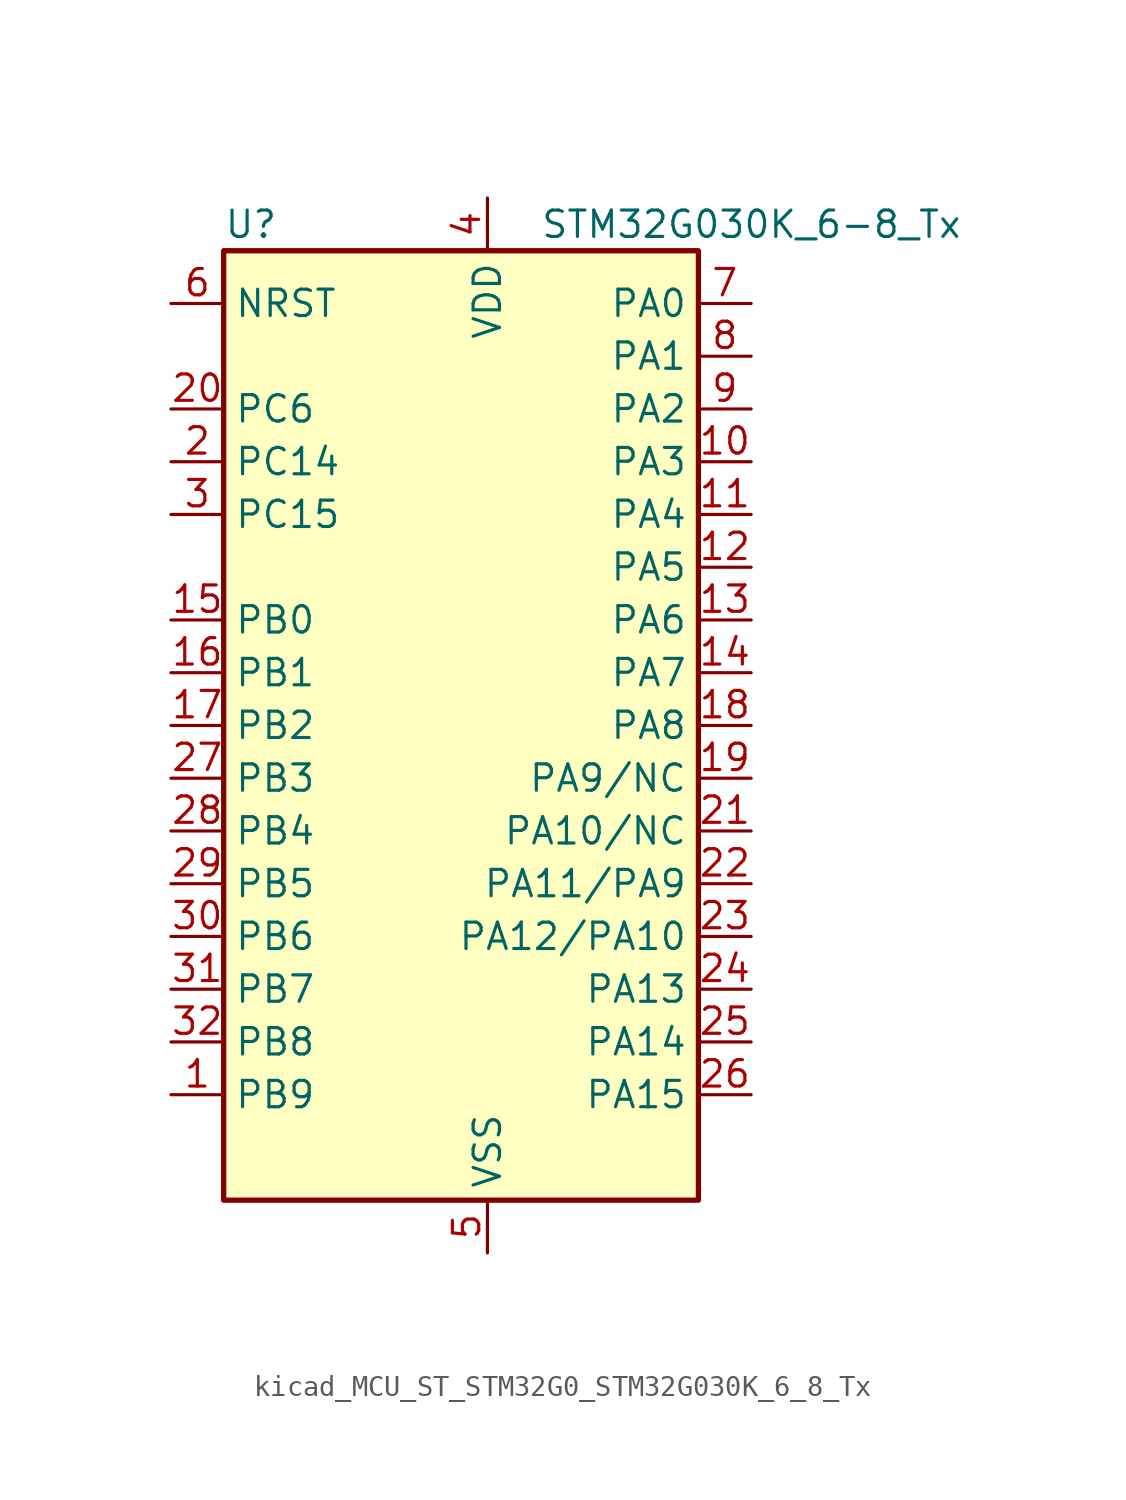
<source format=kicad_sym>
(kicad_symbol_lib
  (version 20220914)
  (generator kicad_symbol_editor)
  (symbol "kicad_MCU_ST_STM32G0_STM32G030K_6_8_Tx"
    (property "Reference" "U"
      (at -10.16 24.13 0)
      (effects (font (size 1.27 1.27)) (justify left)))
    (property "Value" "STM32G030K_6-8_Tx"
      (at 5.08 24.13 0)
      (effects (font (size 1.27 1.27)) (justify left)))
    (property "ki_locked" ""
      (at 0 0 0)
      (effects (font (size 1.27 1.27))))
    (symbol "kicad_MCU_ST_STM32G0_STM32G030K_6_8_Tx_0_1"
      (rectangle (start -10.16 -22.86) (end 12.7 22.86) (stroke (width 0.254) (type default)) (fill (type background))))
    (symbol "kicad_MCU_ST_STM32G0_STM32G030K_6_8_Tx_1_1"
      (pin bidirectional line (at -12.7 -17.78 0) (length 2.54) (name "PB9" (effects (font (size 1.27 1.27)))) (number "1" (effects (font (size 1.27 1.27)))) (alternate "I2C1_SDA" bidirectional line) (alternate "IR_OUT" bidirectional line) (alternate "SPI2_NSS" bidirectional line) (alternate "TIM17_CH1" bidirectional line))
      (pin bidirectional line (at 15.24 12.7 180) (length 2.54) (name "PA3" (effects (font (size 1.27 1.27)))) (number "10" (effects (font (size 1.27 1.27)))) (alternate "ADC1_IN3" bidirectional line) (alternate "SPI2_MISO" bidirectional line) (alternate "USART2_RX" bidirectional line))
      (pin bidirectional line (at 15.24 10.16 180) (length 2.54) (name "PA4" (effects (font (size 1.27 1.27)))) (number "11" (effects (font (size 1.27 1.27)))) (alternate "ADC1_IN4" bidirectional line) (alternate "I2S1_WS" bidirectional line) (alternate "RTC_OUT_ALARM" bidirectional line) (alternate "RTC_OUT_CALIB" bidirectional line) (alternate "RTC_TAMP_IN1" bidirectional line) (alternate "RTC_TS" bidirectional line) (alternate "SPI1_NSS" bidirectional line) (alternate "SPI2_MOSI" bidirectional line) (alternate "SYS_WKUP2" bidirectional line) (alternate "TIM14_CH1" bidirectional line))
      (pin bidirectional line (at 15.24 7.62 180) (length 2.54) (name "PA5" (effects (font (size 1.27 1.27)))) (number "12" (effects (font (size 1.27 1.27)))) (alternate "ADC1_IN5" bidirectional line) (alternate "I2S1_CK" bidirectional line) (alternate "SPI1_SCK" bidirectional line))
      (pin bidirectional line (at 15.24 5.08 180) (length 2.54) (name "PA6" (effects (font (size 1.27 1.27)))) (number "13" (effects (font (size 1.27 1.27)))) (alternate "ADC1_IN6" bidirectional line) (alternate "I2S1_MCK" bidirectional line) (alternate "SPI1_MISO" bidirectional line) (alternate "TIM16_CH1" bidirectional line) (alternate "TIM1_BK" bidirectional line) (alternate "TIM3_CH1" bidirectional line))
      (pin bidirectional line (at 15.24 2.54 180) (length 2.54) (name "PA7" (effects (font (size 1.27 1.27)))) (number "14" (effects (font (size 1.27 1.27)))) (alternate "ADC1_IN7" bidirectional line) (alternate "I2S1_SD" bidirectional line) (alternate "SPI1_MOSI" bidirectional line) (alternate "TIM14_CH1" bidirectional line) (alternate "TIM17_CH1" bidirectional line) (alternate "TIM1_CH1N" bidirectional line) (alternate "TIM3_CH2" bidirectional line))
      (pin bidirectional line (at -12.7 5.08 0) (length 2.54) (name "PB0" (effects (font (size 1.27 1.27)))) (number "15" (effects (font (size 1.27 1.27)))) (alternate "ADC1_IN8" bidirectional line) (alternate "I2S1_WS" bidirectional line) (alternate "SPI1_NSS" bidirectional line) (alternate "TIM1_CH2N" bidirectional line) (alternate "TIM3_CH3" bidirectional line))
      (pin bidirectional line (at -12.7 2.54 0) (length 2.54) (name "PB1" (effects (font (size 1.27 1.27)))) (number "16" (effects (font (size 1.27 1.27)))) (alternate "ADC1_IN9" bidirectional line) (alternate "TIM14_CH1" bidirectional line) (alternate "TIM1_CH3N" bidirectional line) (alternate "TIM3_CH4" bidirectional line))
      (pin bidirectional line (at -12.7 0 0) (length 2.54) (name "PB2" (effects (font (size 1.27 1.27)))) (number "17" (effects (font (size 1.27 1.27)))) (alternate "ADC1_IN10" bidirectional line) (alternate "SPI2_MISO" bidirectional line))
      (pin bidirectional line (at 15.24 0 180) (length 2.54) (name "PA8" (effects (font (size 1.27 1.27)))) (number "18" (effects (font (size 1.27 1.27)))) (alternate "RCC_MCO" bidirectional line) (alternate "SPI2_NSS" bidirectional line) (alternate "TIM1_CH1" bidirectional line))
      (pin bidirectional line (at 15.24 -2.54 180) (length 2.54) (name "PA9/NC" (effects (font (size 1.27 1.27)))) (number "19" (effects (font (size 1.27 1.27)))) (alternate "I2C1_SCL" bidirectional line) (alternate "RCC_MCO" bidirectional line) (alternate "SPI2_MISO" bidirectional line) (alternate "TIM1_CH2" bidirectional line) (alternate "USART1_TX" bidirectional line))
      (pin bidirectional line (at -12.7 12.7 0) (length 2.54) (name "PC14" (effects (font (size 1.27 1.27)))) (number "2" (effects (font (size 1.27 1.27)))) (alternate "RCC_OSC32_IN" bidirectional line) (alternate "RCC_OSC_IN" bidirectional line) (alternate "TIM1_BK2" bidirectional line))
      (pin bidirectional line (at -12.7 15.24 0) (length 2.54) (name "PC6" (effects (font (size 1.27 1.27)))) (number "20" (effects (font (size 1.27 1.27)))) (alternate "TIM3_CH1" bidirectional line))
      (pin bidirectional line (at 15.24 -5.08 180) (length 2.54) (name "PA10/NC" (effects (font (size 1.27 1.27)))) (number "21" (effects (font (size 1.27 1.27)))) (alternate "I2C1_SDA" bidirectional line) (alternate "SPI2_MOSI" bidirectional line) (alternate "TIM17_BK" bidirectional line) (alternate "TIM1_CH3" bidirectional line) (alternate "USART1_RX" bidirectional line))
      (pin bidirectional line (at 15.24 -7.62 180) (length 2.54) (name "PA11/PA9" (effects (font (size 1.27 1.27)))) (number "22" (effects (font (size 1.27 1.27)))) (alternate "ADC1_EXTI11" bidirectional line) (alternate "ADC1_IN15" bidirectional line) (alternate "I2C2_SCL" bidirectional line) (alternate "I2S1_MCK" bidirectional line) (alternate "SPI1_MISO" bidirectional line) (alternate "TIM1_BK2" bidirectional line) (alternate "TIM1_CH4" bidirectional line) (alternate "USART1_CTS" bidirectional line) (alternate "USART1_NSS" bidirectional line))
      (pin bidirectional line (at 15.24 -10.16 180) (length 2.54) (name "PA12/PA10" (effects (font (size 1.27 1.27)))) (number "23" (effects (font (size 1.27 1.27)))) (alternate "ADC1_IN16" bidirectional line) (alternate "I2C2_SDA" bidirectional line) (alternate "I2S1_SD" bidirectional line) (alternate "I2S_CKIN" bidirectional line) (alternate "SPI1_MOSI" bidirectional line) (alternate "TIM1_ETR" bidirectional line) (alternate "USART1_CK" bidirectional line) (alternate "USART1_DE" bidirectional line) (alternate "USART1_RTS" bidirectional line))
      (pin bidirectional line (at 15.24 -12.7 180) (length 2.54) (name "PA13" (effects (font (size 1.27 1.27)))) (number "24" (effects (font (size 1.27 1.27)))) (alternate "ADC1_IN17" bidirectional line) (alternate "IR_OUT" bidirectional line) (alternate "SYS_SWDIO" bidirectional line))
      (pin bidirectional line (at 15.24 -15.24 180) (length 2.54) (name "PA14" (effects (font (size 1.27 1.27)))) (number "25" (effects (font (size 1.27 1.27)))) (alternate "ADC1_IN18" bidirectional line) (alternate "SYS_SWCLK" bidirectional line) (alternate "USART2_TX" bidirectional line))
      (pin bidirectional line (at 15.24 -17.78 180) (length 2.54) (name "PA15" (effects (font (size 1.27 1.27)))) (number "26" (effects (font (size 1.27 1.27)))) (alternate "I2S1_WS" bidirectional line) (alternate "SPI1_NSS" bidirectional line) (alternate "USART2_RX" bidirectional line))
      (pin bidirectional line (at -12.7 -2.54 0) (length 2.54) (name "PB3" (effects (font (size 1.27 1.27)))) (number "27" (effects (font (size 1.27 1.27)))) (alternate "I2S1_CK" bidirectional line) (alternate "SPI1_SCK" bidirectional line) (alternate "TIM1_CH2" bidirectional line) (alternate "USART1_CK" bidirectional line) (alternate "USART1_DE" bidirectional line) (alternate "USART1_RTS" bidirectional line))
      (pin bidirectional line (at -12.7 -5.08 0) (length 2.54) (name "PB4" (effects (font (size 1.27 1.27)))) (number "28" (effects (font (size 1.27 1.27)))) (alternate "I2S1_MCK" bidirectional line) (alternate "SPI1_MISO" bidirectional line) (alternate "TIM17_BK" bidirectional line) (alternate "TIM3_CH1" bidirectional line) (alternate "USART1_CTS" bidirectional line) (alternate "USART1_NSS" bidirectional line))
      (pin bidirectional line (at -12.7 -7.62 0) (length 2.54) (name "PB5" (effects (font (size 1.27 1.27)))) (number "29" (effects (font (size 1.27 1.27)))) (alternate "I2C1_SMBA" bidirectional line) (alternate "I2S1_SD" bidirectional line) (alternate "SPI1_MOSI" bidirectional line) (alternate "SYS_WKUP6" bidirectional line) (alternate "TIM16_BK" bidirectional line) (alternate "TIM3_CH2" bidirectional line))
      (pin bidirectional line (at -12.7 10.16 0) (length 2.54) (name "PC15" (effects (font (size 1.27 1.27)))) (number "3" (effects (font (size 1.27 1.27)))) (alternate "RCC_OSC32_EN" bidirectional line) (alternate "RCC_OSC32_OUT" bidirectional line) (alternate "RCC_OSC_EN" bidirectional line))
      (pin bidirectional line (at -12.7 -10.16 0) (length 2.54) (name "PB6" (effects (font (size 1.27 1.27)))) (number "30" (effects (font (size 1.27 1.27)))) (alternate "I2C1_SCL" bidirectional line) (alternate "SPI2_MISO" bidirectional line) (alternate "TIM16_CH1N" bidirectional line) (alternate "TIM1_CH3" bidirectional line) (alternate "USART1_TX" bidirectional line))
      (pin bidirectional line (at -12.7 -12.7 0) (length 2.54) (name "PB7" (effects (font (size 1.27 1.27)))) (number "31" (effects (font (size 1.27 1.27)))) (alternate "ADC1_IN11" bidirectional line) (alternate "I2C1_SDA" bidirectional line) (alternate "SPI2_MOSI" bidirectional line) (alternate "SYS_PVD_IN" bidirectional line) (alternate "TIM17_CH1N" bidirectional line) (alternate "USART1_RX" bidirectional line))
      (pin bidirectional line (at -12.7 -15.24 0) (length 2.54) (name "PB8" (effects (font (size 1.27 1.27)))) (number "32" (effects (font (size 1.27 1.27)))) (alternate "I2C1_SCL" bidirectional line) (alternate "SPI2_SCK" bidirectional line) (alternate "TIM16_CH1" bidirectional line))
      (pin power_in line (at 2.54 25.4 270) (length 2.54) (name "VDD" (effects (font (size 1.27 1.27)))) (number "4" (effects (font (size 1.27 1.27)))))
      (pin power_in line (at 2.54 -25.4 90) (length 2.54) (name "VSS" (effects (font (size 1.27 1.27)))) (number "5" (effects (font (size 1.27 1.27)))))
      (pin input line (at -12.7 20.32 0) (length 2.54) (name "NRST" (effects (font (size 1.27 1.27)))) (number "6" (effects (font (size 1.27 1.27)))))
      (pin bidirectional line (at 15.24 20.32 180) (length 2.54) (name "PA0" (effects (font (size 1.27 1.27)))) (number "7" (effects (font (size 1.27 1.27)))) (alternate "ADC1_IN0" bidirectional line) (alternate "RTC_TAMP_IN2" bidirectional line) (alternate "SPI2_SCK" bidirectional line) (alternate "SYS_WKUP1" bidirectional line) (alternate "USART2_CTS" bidirectional line) (alternate "USART2_NSS" bidirectional line))
      (pin bidirectional line (at 15.24 17.78 180) (length 2.54) (name "PA1" (effects (font (size 1.27 1.27)))) (number "8" (effects (font (size 1.27 1.27)))) (alternate "ADC1_IN1" bidirectional line) (alternate "I2C1_SMBA" bidirectional line) (alternate "I2S1_CK" bidirectional line) (alternate "SPI1_SCK" bidirectional line) (alternate "USART2_CK" bidirectional line) (alternate "USART2_DE" bidirectional line) (alternate "USART2_RTS" bidirectional line))
      (pin bidirectional line (at 15.24 15.24 180) (length 2.54) (name "PA2" (effects (font (size 1.27 1.27)))) (number "9" (effects (font (size 1.27 1.27)))) (alternate "ADC1_IN2" bidirectional line) (alternate "I2S1_SD" bidirectional line) (alternate "RCC_LSCO" bidirectional line) (alternate "SPI1_MOSI" bidirectional line) (alternate "SYS_WKUP4" bidirectional line) (alternate "USART2_TX" bidirectional line)))))
</source>
